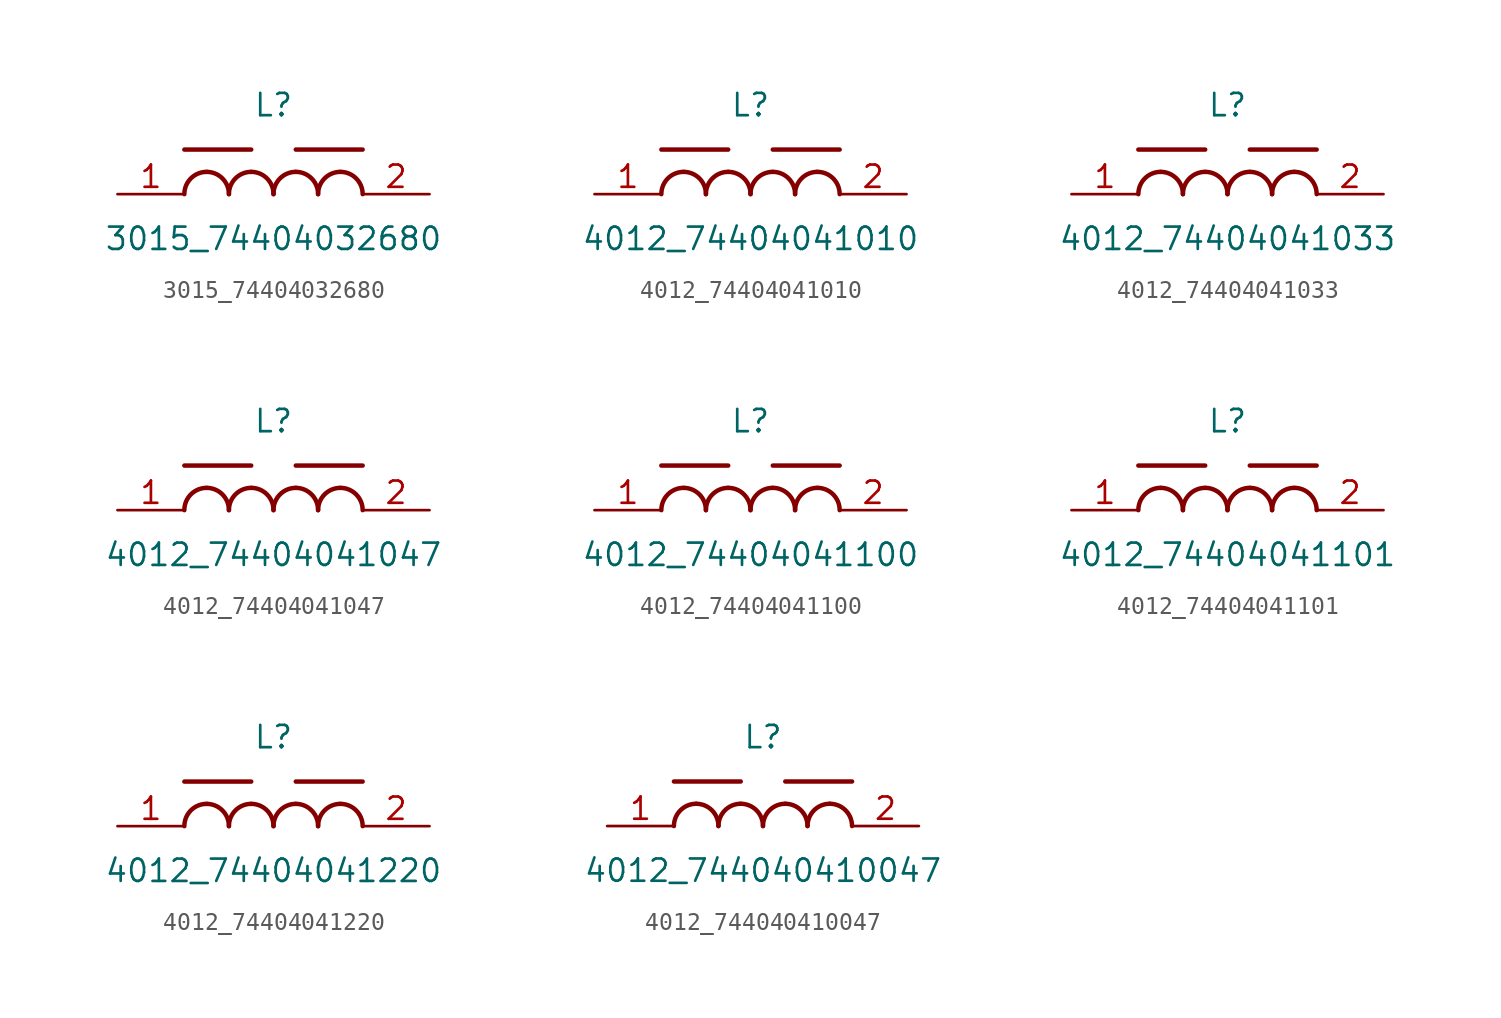
<source format=kicad_sym>
(kicad_symbol_lib
  (version 20211014)
  (generator kicad_symbol_editor)
  (symbol "Inductor_Wurth_WE-LQS:3015_74404032680"
    (pin_names hide)
    (property "Reference" "L"
      (at 0 5.08 0)
      (effects (font (size 1.27 1.27))))
    (property "Value" "3015_74404032680"
      (at 0 -2.54 0)
      (effects (font (size 1.27 1.27))))
    (symbol "3015_74404032680_0_1"
      (arc (start -3.81 1.27) (mid -4.708 0.898) (end -5.08 0) (stroke (width 0.254) (type default) (color 0 0 0 0)) (fill (type none)))
      (arc (start -2.54 0) (mid -2.912 0.898) (end -3.81 1.27) (stroke (width 0.254) (type default) (color 0 0 0 0)) (fill (type none)))
      (arc (start -1.2699 1.2701) (mid -2.1679 0.8981) (end -2.5399 0.0001) (stroke (width 0.254) (type default) (color 0 0 0 0)) (fill (type none)))
      (polyline (pts (xy -5.08 2.54) (xy -1.27 2.54)) (stroke (width 0.254) (type default) (color 0 0 0 0)) (fill (type none)))
      (polyline (pts (xy 5.08 2.54) (xy 1.27 2.54)) (stroke (width 0.254) (type default) (color 0 0 0 0)) (fill (type none)))
      (arc (start 0.0001 0.0001) (mid -0.3719 0.8981) (end -1.2699 1.2701) (stroke (width 0.254) (type default) (color 0 0 0 0)) (fill (type none)))
      (arc (start 1.2701 1.2701) (mid 0.3721 0.8981) (end 0.0001 0.0001) (stroke (width 0.254) (type default) (color 0 0 0 0)) (fill (type none)))
      (arc (start 2.5401 0.0001) (mid 2.1681 0.8981) (end 1.2701 1.2701) (stroke (width 0.254) (type default) (color 0 0 0 0)) (fill (type none)))
      (arc (start 3.8101 1.2701) (mid 2.9121 0.8981) (end 2.5401 0.0001) (stroke (width 0.254) (type default) (color 0 0 0 0)) (fill (type none)))
      (arc (start 5.0801 0.0001) (mid 4.7081 0.8981) (end 3.8101 1.2701) (stroke (width 0.254) (type default) (color 0 0 0 0)) (fill (type none))))
    (symbol "3015_74404032680_1_1"
      (pin passive line (at -8.89 0 0) (length 3.81) (name "1" (effects (font (size 1.27 1.27)))) (number "1" (effects (font (size 1.27 1.27)))))
      (pin passive line (at 8.89 0 180) (length 3.81) (name "2" (effects (font (size 1.27 1.27)))) (number "2" (effects (font (size 1.27 1.27)))))))
  (symbol "Inductor_Wurth_WE-LQS:4012_74404041010"
    (pin_names hide)
    (property "Reference" "L"
      (at 0 5.08 0)
      (effects (font (size 1.27 1.27))))
    (property "Value" "4012_74404041010"
      (at 0 -2.54 0)
      (effects (font (size 1.27 1.27))))
    (symbol "4012_74404041010_0_1"
      (arc (start -3.81 1.27) (mid -4.708 0.898) (end -5.08 0) (stroke (width 0.254) (type default) (color 0 0 0 0)) (fill (type none)))
      (arc (start -2.54 0) (mid -2.912 0.898) (end -3.81 1.27) (stroke (width 0.254) (type default) (color 0 0 0 0)) (fill (type none)))
      (arc (start -1.2699 1.2701) (mid -2.1679 0.8981) (end -2.5399 0.0001) (stroke (width 0.254) (type default) (color 0 0 0 0)) (fill (type none)))
      (polyline (pts (xy -5.08 2.54) (xy -1.27 2.54)) (stroke (width 0.254) (type default) (color 0 0 0 0)) (fill (type none)))
      (polyline (pts (xy 5.08 2.54) (xy 1.27 2.54)) (stroke (width 0.254) (type default) (color 0 0 0 0)) (fill (type none)))
      (arc (start 0.0001 0.0001) (mid -0.3719 0.8981) (end -1.2699 1.2701) (stroke (width 0.254) (type default) (color 0 0 0 0)) (fill (type none)))
      (arc (start 1.2701 1.2701) (mid 0.3721 0.8981) (end 0.0001 0.0001) (stroke (width 0.254) (type default) (color 0 0 0 0)) (fill (type none)))
      (arc (start 2.5401 0.0001) (mid 2.1681 0.8981) (end 1.2701 1.2701) (stroke (width 0.254) (type default) (color 0 0 0 0)) (fill (type none)))
      (arc (start 3.8101 1.2701) (mid 2.9121 0.8981) (end 2.5401 0.0001) (stroke (width 0.254) (type default) (color 0 0 0 0)) (fill (type none)))
      (arc (start 5.0801 0.0001) (mid 4.7081 0.8981) (end 3.8101 1.2701) (stroke (width 0.254) (type default) (color 0 0 0 0)) (fill (type none))))
    (symbol "4012_74404041010_1_1"
      (pin passive line (at -8.89 0 0) (length 3.81) (name "1" (effects (font (size 1.27 1.27)))) (number "1" (effects (font (size 1.27 1.27)))))
      (pin passive line (at 8.89 0 180) (length 3.81) (name "2" (effects (font (size 1.27 1.27)))) (number "2" (effects (font (size 1.27 1.27)))))))
  (symbol "Inductor_Wurth_WE-LQS:4012_74404041033"
    (pin_names hide)
    (property "Reference" "L"
      (at 0 5.08 0)
      (effects (font (size 1.27 1.27))))
    (property "Value" "4012_74404041033"
      (at 0 -2.54 0)
      (effects (font (size 1.27 1.27))))
    (symbol "4012_74404041033_0_1"
      (arc (start -3.81 1.27) (mid -4.708 0.898) (end -5.08 0) (stroke (width 0.254) (type default) (color 0 0 0 0)) (fill (type none)))
      (arc (start -2.54 0) (mid -2.912 0.898) (end -3.81 1.27) (stroke (width 0.254) (type default) (color 0 0 0 0)) (fill (type none)))
      (arc (start -1.2699 1.2701) (mid -2.1679 0.8981) (end -2.5399 0.0001) (stroke (width 0.254) (type default) (color 0 0 0 0)) (fill (type none)))
      (polyline (pts (xy -5.08 2.54) (xy -1.27 2.54)) (stroke (width 0.254) (type default) (color 0 0 0 0)) (fill (type none)))
      (polyline (pts (xy 5.08 2.54) (xy 1.27 2.54)) (stroke (width 0.254) (type default) (color 0 0 0 0)) (fill (type none)))
      (arc (start 0.0001 0.0001) (mid -0.3719 0.8981) (end -1.2699 1.2701) (stroke (width 0.254) (type default) (color 0 0 0 0)) (fill (type none)))
      (arc (start 1.2701 1.2701) (mid 0.3721 0.8981) (end 0.0001 0.0001) (stroke (width 0.254) (type default) (color 0 0 0 0)) (fill (type none)))
      (arc (start 2.5401 0.0001) (mid 2.1681 0.8981) (end 1.2701 1.2701) (stroke (width 0.254) (type default) (color 0 0 0 0)) (fill (type none)))
      (arc (start 3.8101 1.2701) (mid 2.9121 0.8981) (end 2.5401 0.0001) (stroke (width 0.254) (type default) (color 0 0 0 0)) (fill (type none)))
      (arc (start 5.0801 0.0001) (mid 4.7081 0.8981) (end 3.8101 1.2701) (stroke (width 0.254) (type default) (color 0 0 0 0)) (fill (type none))))
    (symbol "4012_74404041033_1_1"
      (pin passive line (at -8.89 0 0) (length 3.81) (name "1" (effects (font (size 1.27 1.27)))) (number "1" (effects (font (size 1.27 1.27)))))
      (pin passive line (at 8.89 0 180) (length 3.81) (name "2" (effects (font (size 1.27 1.27)))) (number "2" (effects (font (size 1.27 1.27)))))))
  (symbol "Inductor_Wurth_WE-LQS:4012_74404041047"
    (pin_names hide)
    (property "Reference" "L"
      (at 0 5.08 0)
      (effects (font (size 1.27 1.27))))
    (property "Value" "4012_74404041047"
      (at 0 -2.54 0)
      (effects (font (size 1.27 1.27))))
    (symbol "4012_74404041047_0_1"
      (arc (start -3.81 1.27) (mid -4.708 0.898) (end -5.08 0) (stroke (width 0.254) (type default) (color 0 0 0 0)) (fill (type none)))
      (arc (start -2.54 0) (mid -2.912 0.898) (end -3.81 1.27) (stroke (width 0.254) (type default) (color 0 0 0 0)) (fill (type none)))
      (arc (start -1.2699 1.2701) (mid -2.1679 0.8981) (end -2.5399 0.0001) (stroke (width 0.254) (type default) (color 0 0 0 0)) (fill (type none)))
      (polyline (pts (xy -5.08 2.54) (xy -1.27 2.54)) (stroke (width 0.254) (type default) (color 0 0 0 0)) (fill (type none)))
      (polyline (pts (xy 5.08 2.54) (xy 1.27 2.54)) (stroke (width 0.254) (type default) (color 0 0 0 0)) (fill (type none)))
      (arc (start 0.0001 0.0001) (mid -0.3719 0.8981) (end -1.2699 1.2701) (stroke (width 0.254) (type default) (color 0 0 0 0)) (fill (type none)))
      (arc (start 1.2701 1.2701) (mid 0.3721 0.8981) (end 0.0001 0.0001) (stroke (width 0.254) (type default) (color 0 0 0 0)) (fill (type none)))
      (arc (start 2.5401 0.0001) (mid 2.1681 0.8981) (end 1.2701 1.2701) (stroke (width 0.254) (type default) (color 0 0 0 0)) (fill (type none)))
      (arc (start 3.8101 1.2701) (mid 2.9121 0.8981) (end 2.5401 0.0001) (stroke (width 0.254) (type default) (color 0 0 0 0)) (fill (type none)))
      (arc (start 5.0801 0.0001) (mid 4.7081 0.8981) (end 3.8101 1.2701) (stroke (width 0.254) (type default) (color 0 0 0 0)) (fill (type none))))
    (symbol "4012_74404041047_1_1"
      (pin passive line (at -8.89 0 0) (length 3.81) (name "1" (effects (font (size 1.27 1.27)))) (number "1" (effects (font (size 1.27 1.27)))))
      (pin passive line (at 8.89 0 180) (length 3.81) (name "2" (effects (font (size 1.27 1.27)))) (number "2" (effects (font (size 1.27 1.27)))))))
  (symbol "Inductor_Wurth_WE-LQS:4012_74404041100"
    (pin_names hide)
    (property "Reference" "L"
      (at 0 5.08 0)
      (effects (font (size 1.27 1.27))))
    (property "Value" "4012_74404041100"
      (at 0 -2.54 0)
      (effects (font (size 1.27 1.27))))
    (symbol "4012_74404041100_0_1"
      (arc (start -3.81 1.27) (mid -4.708 0.898) (end -5.08 0) (stroke (width 0.254) (type default) (color 0 0 0 0)) (fill (type none)))
      (arc (start -2.54 0) (mid -2.912 0.898) (end -3.81 1.27) (stroke (width 0.254) (type default) (color 0 0 0 0)) (fill (type none)))
      (arc (start -1.2699 1.2701) (mid -2.1679 0.8981) (end -2.5399 0.0001) (stroke (width 0.254) (type default) (color 0 0 0 0)) (fill (type none)))
      (polyline (pts (xy -5.08 2.54) (xy -1.27 2.54)) (stroke (width 0.254) (type default) (color 0 0 0 0)) (fill (type none)))
      (polyline (pts (xy 5.08 2.54) (xy 1.27 2.54)) (stroke (width 0.254) (type default) (color 0 0 0 0)) (fill (type none)))
      (arc (start 0.0001 0.0001) (mid -0.3719 0.8981) (end -1.2699 1.2701) (stroke (width 0.254) (type default) (color 0 0 0 0)) (fill (type none)))
      (arc (start 1.2701 1.2701) (mid 0.3721 0.8981) (end 0.0001 0.0001) (stroke (width 0.254) (type default) (color 0 0 0 0)) (fill (type none)))
      (arc (start 2.5401 0.0001) (mid 2.1681 0.8981) (end 1.2701 1.2701) (stroke (width 0.254) (type default) (color 0 0 0 0)) (fill (type none)))
      (arc (start 3.8101 1.2701) (mid 2.9121 0.8981) (end 2.5401 0.0001) (stroke (width 0.254) (type default) (color 0 0 0 0)) (fill (type none)))
      (arc (start 5.0801 0.0001) (mid 4.7081 0.8981) (end 3.8101 1.2701) (stroke (width 0.254) (type default) (color 0 0 0 0)) (fill (type none))))
    (symbol "4012_74404041100_1_1"
      (pin passive line (at -8.89 0 0) (length 3.81) (name "1" (effects (font (size 1.27 1.27)))) (number "1" (effects (font (size 1.27 1.27)))))
      (pin passive line (at 8.89 0 180) (length 3.81) (name "2" (effects (font (size 1.27 1.27)))) (number "2" (effects (font (size 1.27 1.27)))))))
  (symbol "Inductor_Wurth_WE-LQS:4012_74404041101"
    (pin_names hide)
    (property "Reference" "L"
      (at 0 5.08 0)
      (effects (font (size 1.27 1.27))))
    (property "Value" "4012_74404041101"
      (at 0 -2.54 0)
      (effects (font (size 1.27 1.27))))
    (symbol "4012_74404041101_0_1"
      (arc (start -3.81 1.27) (mid -4.708 0.898) (end -5.08 0) (stroke (width 0.254) (type default) (color 0 0 0 0)) (fill (type none)))
      (arc (start -2.54 0) (mid -2.912 0.898) (end -3.81 1.27) (stroke (width 0.254) (type default) (color 0 0 0 0)) (fill (type none)))
      (arc (start -1.2699 1.2701) (mid -2.1679 0.8981) (end -2.5399 0.0001) (stroke (width 0.254) (type default) (color 0 0 0 0)) (fill (type none)))
      (polyline (pts (xy -5.08 2.54) (xy -1.27 2.54)) (stroke (width 0.254) (type default) (color 0 0 0 0)) (fill (type none)))
      (polyline (pts (xy 5.08 2.54) (xy 1.27 2.54)) (stroke (width 0.254) (type default) (color 0 0 0 0)) (fill (type none)))
      (arc (start 0.0001 0.0001) (mid -0.3719 0.8981) (end -1.2699 1.2701) (stroke (width 0.254) (type default) (color 0 0 0 0)) (fill (type none)))
      (arc (start 1.2701 1.2701) (mid 0.3721 0.8981) (end 0.0001 0.0001) (stroke (width 0.254) (type default) (color 0 0 0 0)) (fill (type none)))
      (arc (start 2.5401 0.0001) (mid 2.1681 0.8981) (end 1.2701 1.2701) (stroke (width 0.254) (type default) (color 0 0 0 0)) (fill (type none)))
      (arc (start 3.8101 1.2701) (mid 2.9121 0.8981) (end 2.5401 0.0001) (stroke (width 0.254) (type default) (color 0 0 0 0)) (fill (type none)))
      (arc (start 5.0801 0.0001) (mid 4.7081 0.8981) (end 3.8101 1.2701) (stroke (width 0.254) (type default) (color 0 0 0 0)) (fill (type none))))
    (symbol "4012_74404041101_1_1"
      (pin passive line (at -8.89 0 0) (length 3.81) (name "1" (effects (font (size 1.27 1.27)))) (number "1" (effects (font (size 1.27 1.27)))))
      (pin passive line (at 8.89 0 180) (length 3.81) (name "2" (effects (font (size 1.27 1.27)))) (number "2" (effects (font (size 1.27 1.27)))))))
  (symbol "Inductor_Wurth_WE-LQS:4012_74404041220"
    (pin_names hide)
    (property "Reference" "L"
      (at 0 5.08 0)
      (effects (font (size 1.27 1.27))))
    (property "Value" "4012_74404041220"
      (at 0 -2.54 0)
      (effects (font (size 1.27 1.27))))
    (symbol "4012_74404041220_0_1"
      (arc (start -3.81 1.27) (mid -4.708 0.898) (end -5.08 0) (stroke (width 0.254) (type default) (color 0 0 0 0)) (fill (type none)))
      (arc (start -2.54 0) (mid -2.912 0.898) (end -3.81 1.27) (stroke (width 0.254) (type default) (color 0 0 0 0)) (fill (type none)))
      (arc (start -1.2699 1.2701) (mid -2.1679 0.8981) (end -2.5399 0.0001) (stroke (width 0.254) (type default) (color 0 0 0 0)) (fill (type none)))
      (polyline (pts (xy -5.08 2.54) (xy -1.27 2.54)) (stroke (width 0.254) (type default) (color 0 0 0 0)) (fill (type none)))
      (polyline (pts (xy 5.08 2.54) (xy 1.27 2.54)) (stroke (width 0.254) (type default) (color 0 0 0 0)) (fill (type none)))
      (arc (start 0.0001 0.0001) (mid -0.3719 0.8981) (end -1.2699 1.2701) (stroke (width 0.254) (type default) (color 0 0 0 0)) (fill (type none)))
      (arc (start 1.2701 1.2701) (mid 0.3721 0.8981) (end 0.0001 0.0001) (stroke (width 0.254) (type default) (color 0 0 0 0)) (fill (type none)))
      (arc (start 2.5401 0.0001) (mid 2.1681 0.8981) (end 1.2701 1.2701) (stroke (width 0.254) (type default) (color 0 0 0 0)) (fill (type none)))
      (arc (start 3.8101 1.2701) (mid 2.9121 0.8981) (end 2.5401 0.0001) (stroke (width 0.254) (type default) (color 0 0 0 0)) (fill (type none)))
      (arc (start 5.0801 0.0001) (mid 4.7081 0.8981) (end 3.8101 1.2701) (stroke (width 0.254) (type default) (color 0 0 0 0)) (fill (type none))))
    (symbol "4012_74404041220_1_1"
      (pin passive line (at -8.89 0 0) (length 3.81) (name "1" (effects (font (size 1.27 1.27)))) (number "1" (effects (font (size 1.27 1.27)))))
      (pin passive line (at 8.89 0 180) (length 3.81) (name "2" (effects (font (size 1.27 1.27)))) (number "2" (effects (font (size 1.27 1.27)))))))
  (symbol "Inductor_Wurth_WE-LQS:4012_744040410047"
    (pin_names hide)
    (property "Reference" "L"
      (at 0 5.08 0)
      (effects (font (size 1.27 1.27))))
    (property "Value" "4012_744040410047"
      (at 0 -2.54 0)
      (effects (font (size 1.27 1.27))))
    (symbol "4012_744040410047_0_1"
      (arc (start -3.81 1.27) (mid -4.708 0.898) (end -5.08 0) (stroke (width 0.254) (type default) (color 0 0 0 0)) (fill (type none)))
      (arc (start -2.54 0) (mid -2.912 0.898) (end -3.81 1.27) (stroke (width 0.254) (type default) (color 0 0 0 0)) (fill (type none)))
      (arc (start -1.2699 1.2701) (mid -2.1679 0.8981) (end -2.5399 0.0001) (stroke (width 0.254) (type default) (color 0 0 0 0)) (fill (type none)))
      (polyline (pts (xy -5.08 2.54) (xy -1.27 2.54)) (stroke (width 0.254) (type default) (color 0 0 0 0)) (fill (type none)))
      (polyline (pts (xy 5.08 2.54) (xy 1.27 2.54)) (stroke (width 0.254) (type default) (color 0 0 0 0)) (fill (type none)))
      (arc (start 0.0001 0.0001) (mid -0.3719 0.8981) (end -1.2699 1.2701) (stroke (width 0.254) (type default) (color 0 0 0 0)) (fill (type none)))
      (arc (start 1.2701 1.2701) (mid 0.3721 0.8981) (end 0.0001 0.0001) (stroke (width 0.254) (type default) (color 0 0 0 0)) (fill (type none)))
      (arc (start 2.5401 0.0001) (mid 2.1681 0.8981) (end 1.2701 1.2701) (stroke (width 0.254) (type default) (color 0 0 0 0)) (fill (type none)))
      (arc (start 3.8101 1.2701) (mid 2.9121 0.8981) (end 2.5401 0.0001) (stroke (width 0.254) (type default) (color 0 0 0 0)) (fill (type none)))
      (arc (start 5.0801 0.0001) (mid 4.7081 0.8981) (end 3.8101 1.2701) (stroke (width 0.254) (type default) (color 0 0 0 0)) (fill (type none))))
    (symbol "4012_744040410047_1_1"
      (pin passive line (at -8.89 0 0) (length 3.81) (name "1" (effects (font (size 1.27 1.27)))) (number "1" (effects (font (size 1.27 1.27)))))
      (pin passive line (at 8.89 0 180) (length 3.81) (name "2" (effects (font (size 1.27 1.27)))) (number "2" (effects (font (size 1.27 1.27))))))))
</source>
